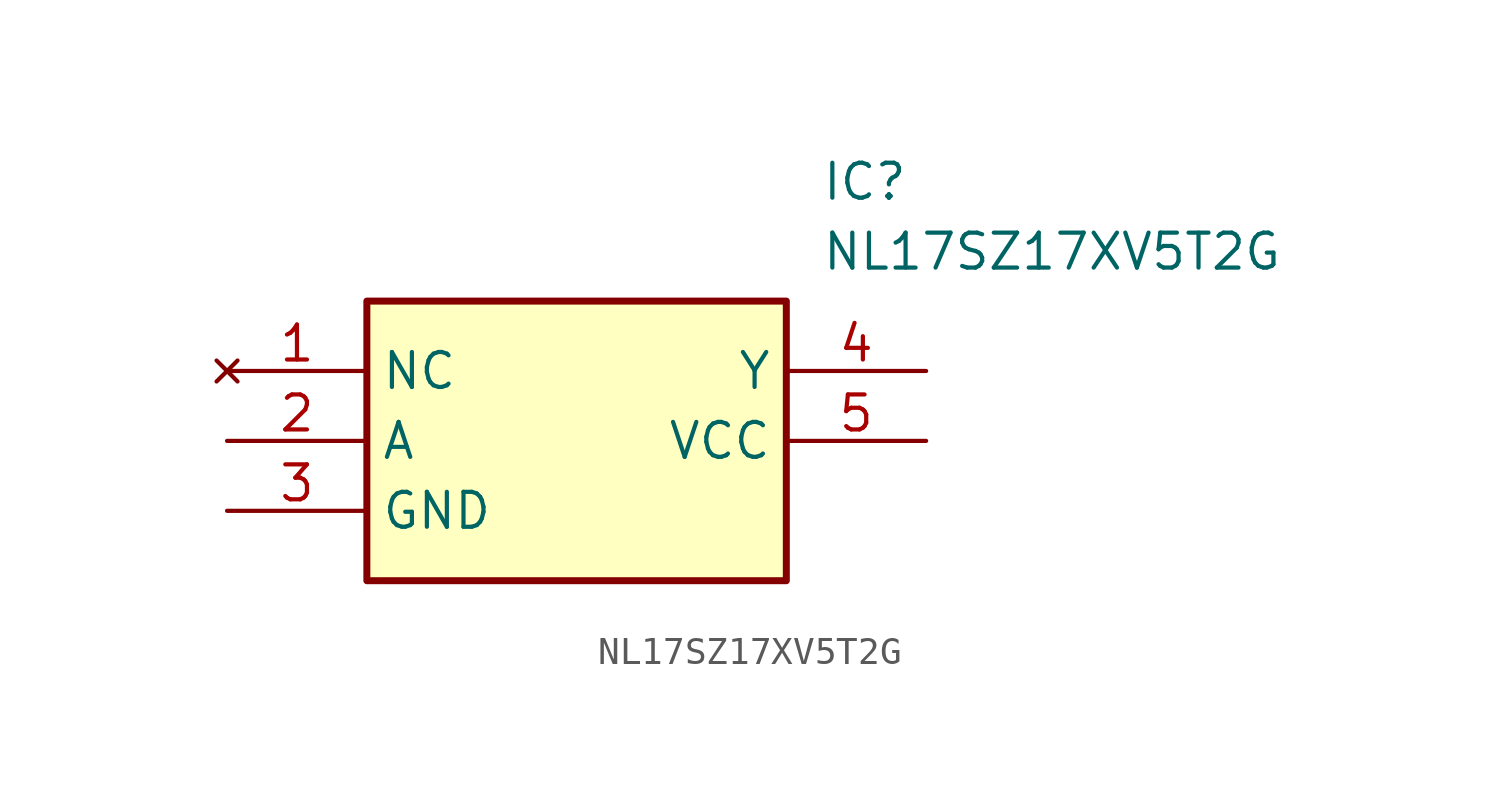
<source format=kicad_sym>
(kicad_symbol_lib
  (version 20211014)
  (generator SamacSys_ECAD_Model)
  (symbol "NL17SZ17XV5T2G"
    (property "Reference" "IC"
      (at 21.59 7.62 0)
      (effects (font (size 1.27 1.27)) (justify left top)))
    (property "Value" "NL17SZ17XV5T2G"
      (at 21.59 5.08 0)
      (effects (font (size 1.27 1.27)) (justify left top)))
    (rectangle
      (start 5.08 2.54)
      (end 20.32 -7.62)
      (stroke (width 0.254) (type default))
      (fill (type background)))
    (pin no_connect line
      (at 0 0 0)
      (length 5.08)
      (name "NC" (effects (font (size 1.27 1.27))))
      (number "1" (effects (font (size 1.27 1.27)))))
    (pin passive line
      (at 0 -2.54 0)
      (length 5.08)
      (name "A" (effects (font (size 1.27 1.27))))
      (number "2" (effects (font (size 1.27 1.27)))))
    (pin passive line
      (at 0 -5.08 0)
      (length 5.08)
      (name "GND" (effects (font (size 1.27 1.27))))
      (number "3" (effects (font (size 1.27 1.27)))))
    (pin passive line
      (at 25.4 0 180)
      (length 5.08)
      (name "Y" (effects (font (size 1.27 1.27))))
      (number "4" (effects (font (size 1.27 1.27)))))
    (pin passive line
      (at 25.4 -2.54 180)
      (length 5.08)
      (name "VCC" (effects (font (size 1.27 1.27))))
      (number "5" (effects (font (size 1.27 1.27)))))))
</source>
